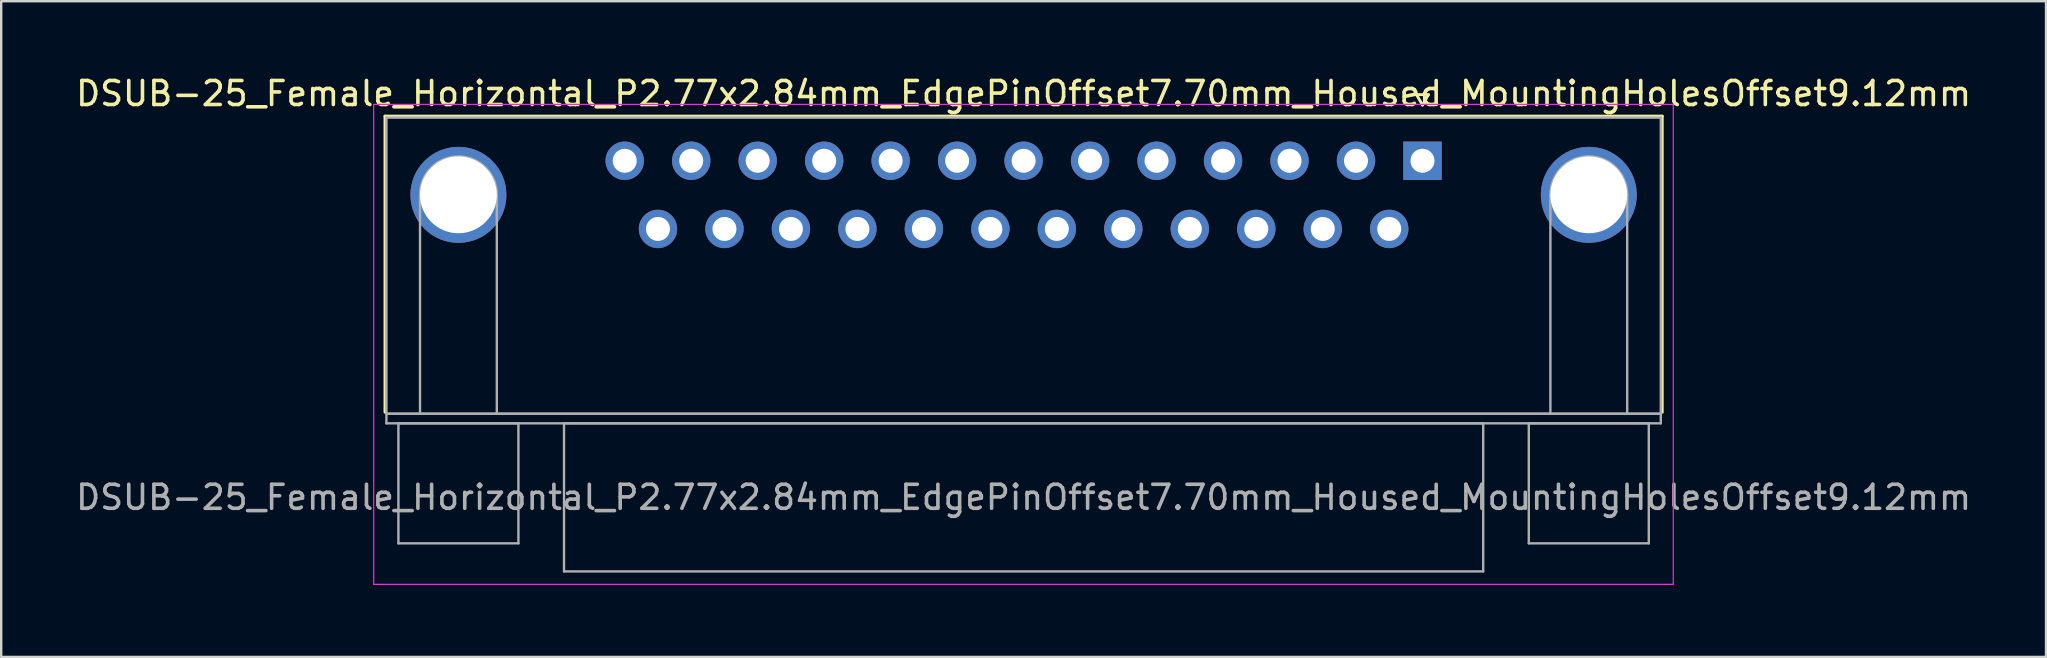
<source format=kicad_pcb>
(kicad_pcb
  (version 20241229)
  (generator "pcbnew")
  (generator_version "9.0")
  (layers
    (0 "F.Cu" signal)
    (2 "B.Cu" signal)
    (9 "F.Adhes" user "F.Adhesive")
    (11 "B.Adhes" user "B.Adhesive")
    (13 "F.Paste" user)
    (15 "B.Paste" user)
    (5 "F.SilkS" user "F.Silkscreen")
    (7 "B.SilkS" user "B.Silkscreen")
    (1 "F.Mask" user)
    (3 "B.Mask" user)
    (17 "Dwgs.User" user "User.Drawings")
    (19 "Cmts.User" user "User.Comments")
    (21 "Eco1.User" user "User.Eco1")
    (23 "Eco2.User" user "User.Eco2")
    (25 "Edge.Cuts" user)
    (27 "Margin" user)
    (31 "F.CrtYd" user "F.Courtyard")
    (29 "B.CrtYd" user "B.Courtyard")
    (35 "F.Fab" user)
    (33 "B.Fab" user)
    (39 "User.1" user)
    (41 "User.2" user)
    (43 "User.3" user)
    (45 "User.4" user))
  (footprint "DSUB-25_Female_Horizontal_P2.77x2.84mm_EdgePinOffset7.70mm_Housed_MountingHolesOffset9.12mm"
    (layer "F.Cu")
    (at 39.596 10.662)
    (property "Reference" "DSUB-25_Female_Horizontal_P2.77x2.84mm_EdgePinOffset7.70mm_Housed_MountingHolesOffset9.12mm" (at 0.005 -9.813 0) (layer "F.SilkS") (effects (font (size 1 1) (thickness 0.15))))
    (attr through_hole)
    (fp_line (start -26.605 -8.873) (end 26.615 -8.873) (stroke (width 0.12) (type solid)) (layer "F.SilkS"))
    (fp_line (start -26.605 3.467) (end -26.605 -8.873) (stroke (width 0.12) (type solid)) (layer "F.SilkS"))
    (fp_line (start 16.375 -9.768) (end 16.875 -9.768) (stroke (width 0.12) (type solid)) (layer "F.SilkS"))
    (fp_line (start 16.625 -9.335) (end 16.375 -9.768) (stroke (width 0.12) (type solid)) (layer "F.SilkS"))
    (fp_line (start 16.875 -9.768) (end 16.625 -9.335) (stroke (width 0.12) (type solid)) (layer "F.SilkS"))
    (fp_line (start 26.615 -8.873) (end 26.615 3.467) (stroke (width 0.12) (type solid)) (layer "F.SilkS"))
    (fp_line (start -27.075 -9.363) (end -27.075 10.637) (stroke (width 0.05) (type solid)) (layer "F.CrtYd"))
    (fp_line (start -27.075 10.637) (end 27.075 10.637) (stroke (width 0.05) (type solid)) (layer "F.CrtYd"))
    (fp_line (start 27.075 -9.363) (end -27.075 -9.363) (stroke (width 0.05) (type solid)) (layer "F.CrtYd"))
    (fp_line (start 27.075 10.637) (end 27.075 -9.363) (stroke (width 0.05) (type solid)) (layer "F.CrtYd"))
    (fp_line (start -26.545 -8.813) (end -26.545 3.527) (stroke (width 0.1) (type solid)) (layer "F.Fab"))
    (fp_line (start -26.545 3.527) (end -26.545 3.927) (stroke (width 0.1) (type solid)) (layer "F.Fab"))
    (fp_line (start -26.545 3.527) (end 26.555 3.527) (stroke (width 0.1) (type solid)) (layer "F.Fab"))
    (fp_line (start -26.545 3.927) (end 26.555 3.927) (stroke (width 0.1) (type solid)) (layer "F.Fab"))
    (fp_line (start -26.045 3.927) (end -26.045 8.927) (stroke (width 0.1) (type solid)) (layer "F.Fab"))
    (fp_line (start -26.045 8.927) (end -21.045 8.927) (stroke (width 0.1) (type solid)) (layer "F.Fab"))
    (fp_line (start -25.145 3.527) (end -25.145 -5.593) (stroke (width 0.1) (type solid)) (layer "F.Fab"))
    (fp_line (start -21.945 3.527) (end -21.945 -5.593) (stroke (width 0.1) (type solid)) (layer "F.Fab"))
    (fp_line (start -21.045 3.927) (end -26.045 3.927) (stroke (width 0.1) (type solid)) (layer "F.Fab"))
    (fp_line (start -21.045 8.927) (end -21.045 3.927) (stroke (width 0.1) (type solid)) (layer "F.Fab"))
    (fp_line (start -19.145 3.927) (end -19.145 10.097) (stroke (width 0.1) (type solid)) (layer "F.Fab"))
    (fp_line (start -19.145 10.097) (end 19.155 10.097) (stroke (width 0.1) (type solid)) (layer "F.Fab"))
    (fp_line (start 19.155 3.927) (end -19.145 3.927) (stroke (width 0.1) (type solid)) (layer "F.Fab"))
    (fp_line (start 19.155 10.097) (end 19.155 3.927) (stroke (width 0.1) (type solid)) (layer "F.Fab"))
    (fp_line (start 21.055 3.927) (end 21.055 8.927) (stroke (width 0.1) (type solid)) (layer "F.Fab"))
    (fp_line (start 21.055 8.927) (end 26.055 8.927) (stroke (width 0.1) (type solid)) (layer "F.Fab"))
    (fp_line (start 21.955 3.527) (end 21.955 -5.593) (stroke (width 0.1) (type solid)) (layer "F.Fab"))
    (fp_line (start 25.155 3.527) (end 25.155 -5.593) (stroke (width 0.1) (type solid)) (layer "F.Fab"))
    (fp_line (start 26.055 3.927) (end 21.055 3.927) (stroke (width 0.1) (type solid)) (layer "F.Fab"))
    (fp_line (start 26.055 8.927) (end 26.055 3.927) (stroke (width 0.1) (type solid)) (layer "F.Fab"))
    (fp_line (start 26.555 -8.813) (end -26.545 -8.813) (stroke (width 0.1) (type solid)) (layer "F.Fab"))
    (fp_line (start 26.555 3.527) (end -26.545 3.527) (stroke (width 0.1) (type solid)) (layer "F.Fab"))
    (fp_line (start 26.555 3.527) (end 26.555 -8.813) (stroke (width 0.1) (type solid)) (layer "F.Fab"))
    (fp_line (start 26.555 3.927) (end 26.555 3.527) (stroke (width 0.1) (type solid)) (layer "F.Fab"))
    (fp_arc (start -25.145 -5.593375) (mid -23.545 -7.193375) (end -21.945 -5.593375) (stroke (width 0.1) (type solid)) (layer "F.Fab"))
    (fp_arc (start 21.955 -5.593375) (mid 23.555 -7.193375) (end 25.155 -5.593375) (stroke (width 0.1) (type solid)) (layer "F.Fab"))
    (fp_text user "${REFERENCE}" (at 0.005 7.012 0) (layer "F.Fab") (effects (font (size 1 1) (thickness 0.15))))
    (pad "0" thru_hole circle (at -23.545 -5.593) (size 4 4) (drill 3.2) (layers "*.Cu" "*.Mask"))
    (pad "0" thru_hole circle (at 23.555 -5.593) (size 4 4) (drill 3.2) (layers "*.Cu" "*.Mask"))
    (pad "1" thru_hole rect (at 16.625 -7.013) (size 1.6 1.6) (drill 1) (layers "*.Cu" "*.Mask"))
    (pad "2" thru_hole circle (at 13.855 -7.013) (size 1.6 1.6) (drill 1) (layers "*.Cu" "*.Mask"))
    (pad "3" thru_hole circle (at 11.085 -7.013) (size 1.6 1.6) (drill 1) (layers "*.Cu" "*.Mask"))
    (pad "4" thru_hole circle (at 8.315 -7.013) (size 1.6 1.6) (drill 1) (layers "*.Cu" "*.Mask"))
    (pad "5" thru_hole circle (at 5.545 -7.013) (size 1.6 1.6) (drill 1) (layers "*.Cu" "*.Mask"))
    (pad "6" thru_hole circle (at 2.775 -7.013) (size 1.6 1.6) (drill 1) (layers "*.Cu" "*.Mask"))
    (pad "7" thru_hole circle (at 0.005 -7.013) (size 1.6 1.6) (drill 1) (layers "*.Cu" "*.Mask"))
    (pad "8" thru_hole circle (at -2.765 -7.013) (size 1.6 1.6) (drill 1) (layers "*.Cu" "*.Mask"))
    (pad "9" thru_hole circle (at -5.535 -7.013) (size 1.6 1.6) (drill 1) (layers "*.Cu" "*.Mask"))
    (pad "10" thru_hole circle (at -8.305 -7.013) (size 1.6 1.6) (drill 1) (layers "*.Cu" "*.Mask"))
    (pad "11" thru_hole circle (at -11.075 -7.013) (size 1.6 1.6) (drill 1) (layers "*.Cu" "*.Mask"))
    (pad "12" thru_hole circle (at -13.845 -7.013) (size 1.6 1.6) (drill 1) (layers "*.Cu" "*.Mask"))
    (pad "13" thru_hole circle (at -16.615 -7.013) (size 1.6 1.6) (drill 1) (layers "*.Cu" "*.Mask"))
    (pad "14" thru_hole circle (at 15.24 -4.173) (size 1.6 1.6) (drill 1) (layers "*.Cu" "*.Mask"))
    (pad "15" thru_hole circle (at 12.47 -4.173) (size 1.6 1.6) (drill 1) (layers "*.Cu" "*.Mask"))
    (pad "16" thru_hole circle (at 9.7 -4.173) (size 1.6 1.6) (drill 1) (layers "*.Cu" "*.Mask"))
    (pad "17" thru_hole circle (at 6.93 -4.173) (size 1.6 1.6) (drill 1) (layers "*.Cu" "*.Mask"))
    (pad "18" thru_hole circle (at 4.16 -4.173) (size 1.6 1.6) (drill 1) (layers "*.Cu" "*.Mask"))
    (pad "19" thru_hole circle (at 1.39 -4.173) (size 1.6 1.6) (drill 1) (layers "*.Cu" "*.Mask"))
    (pad "20" thru_hole circle (at -1.38 -4.173) (size 1.6 1.6) (drill 1) (layers "*.Cu" "*.Mask"))
    (pad "21" thru_hole circle (at -4.15 -4.173) (size 1.6 1.6) (drill 1) (layers "*.Cu" "*.Mask"))
    (pad "22" thru_hole circle (at -6.92 -4.173) (size 1.6 1.6) (drill 1) (layers "*.Cu" "*.Mask"))
    (pad "23" thru_hole circle (at -9.69 -4.173) (size 1.6 1.6) (drill 1) (layers "*.Cu" "*.Mask"))
    (pad "24" thru_hole circle (at -12.46 -4.173) (size 1.6 1.6) (drill 1) (layers "*.Cu" "*.Mask"))
    (pad "25" thru_hole circle (at -15.23 -4.173) (size 1.6 1.6) (drill 1) (layers "*.Cu" "*.Mask")))
  (gr_rect
    (start -3 -3)
    (end 82.202 24.323)
    (stroke (width 0.1) (type default))
    (fill no)
    (layer "Edge.Cuts")))
</source>
